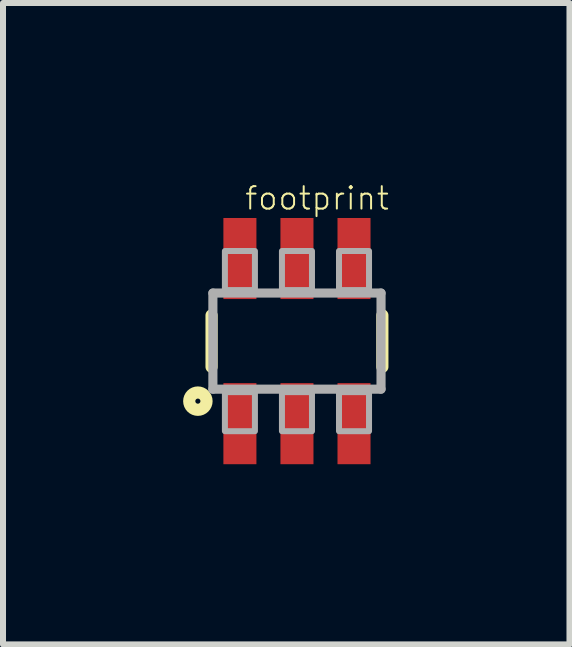
<source format=kicad_pcb>
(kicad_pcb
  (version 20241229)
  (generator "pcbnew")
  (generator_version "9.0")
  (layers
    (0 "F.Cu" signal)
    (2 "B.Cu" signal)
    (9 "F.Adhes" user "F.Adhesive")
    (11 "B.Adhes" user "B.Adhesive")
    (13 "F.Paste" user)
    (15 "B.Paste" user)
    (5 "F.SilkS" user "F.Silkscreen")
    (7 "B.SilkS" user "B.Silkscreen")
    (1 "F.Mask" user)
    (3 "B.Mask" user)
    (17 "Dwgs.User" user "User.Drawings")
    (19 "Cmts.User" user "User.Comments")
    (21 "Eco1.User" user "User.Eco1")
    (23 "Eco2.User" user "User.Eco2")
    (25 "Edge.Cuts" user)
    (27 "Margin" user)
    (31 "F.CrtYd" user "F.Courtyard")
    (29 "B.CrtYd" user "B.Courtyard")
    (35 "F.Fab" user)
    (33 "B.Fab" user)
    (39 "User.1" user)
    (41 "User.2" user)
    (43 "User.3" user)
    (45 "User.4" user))
  (footprint "footprint"
    (layer "F.Cu")
    (at 1.895 2.63)
    (property "Reference" "footprint" (at -0.889 -2.159 0) (layer "F.SilkS") (effects (font (size 0.374 0.374) (thickness 0.033)) (justify left bottom)))
    (fp_line (start -1.422 0.429) (end -1.422 -0.429) (stroke (width 0.203) (type solid)) (layer "F.SilkS"))
    (fp_line (start 1.422 -0.429) (end 1.422 0.429) (stroke (width 0.203) (type solid)) (layer "F.SilkS"))
    (fp_circle (center -1.65 1) (end -1.506 1) (stroke (width 0.203) (type solid)) (fill no) (layer "F.SilkS"))
    (fp_line (start -1.4 -0.8) (end -1.4 0.8) (stroke (width 0.152) (type solid)) (layer "F.Fab"))
    (fp_line (start -1.4 -0.8) (end 1.4 -0.8) (stroke (width 0.152) (type solid)) (layer "F.Fab"))
    (fp_line (start 1.4 -0.8) (end 1.4 0.8) (stroke (width 0.152) (type solid)) (layer "F.Fab"))
    (fp_line (start 1.4 0.8) (end -1.4 0.8) (stroke (width 0.152) (type solid)) (layer "F.Fab"))
    (fp_poly (pts (xy -1.2 -0.85) (xy -0.7 -0.85) (xy -0.7 -1.5) (xy -1.2 -1.5)) (stroke (width 0.1) (type solid)) (fill no) (layer "F.Fab"))
    (fp_poly (pts (xy -1.2 1.5) (xy -0.7 1.5) (xy -0.7 0.85) (xy -1.2 0.85)) (stroke (width 0.1) (type solid)) (fill no) (layer "F.Fab"))
    (fp_poly (pts (xy -0.25 -0.85) (xy 0.25 -0.85) (xy 0.25 -1.5) (xy -0.25 -1.5)) (stroke (width 0.1) (type solid)) (fill no) (layer "F.Fab"))
    (fp_poly (pts (xy -0.25 1.5) (xy 0.25 1.5) (xy 0.25 0.85) (xy -0.25 0.85)) (stroke (width 0.1) (type solid)) (fill no) (layer "F.Fab"))
    (fp_poly (pts (xy 0.7 -0.85) (xy 1.2 -0.85) (xy 1.2 -1.5) (xy 0.7 -1.5)) (stroke (width 0.1) (type solid)) (fill no) (layer "F.Fab"))
    (fp_poly (pts (xy 0.7 1.5) (xy 1.2 1.5) (xy 1.2 0.85) (xy 0.7 0.85)) (stroke (width 0.1) (type solid)) (fill no) (layer "F.Fab"))
    (pad "1" smd rect (at -0.95 1.375) (size 0.55 1.35) (layers "F.Cu" "F.Mask" "F.Paste"))
    (pad "2" smd rect (at 0 1.375) (size 0.55 1.35) (layers "F.Cu" "F.Mask" "F.Paste"))
    (pad "3" smd rect (at 0.95 1.375) (size 0.55 1.35) (layers "F.Cu" "F.Mask" "F.Paste"))
    (pad "4" smd rect (at 0.95 -1.375) (size 0.55 1.35) (layers "F.Cu" "F.Mask" "F.Paste"))
    (pad "5" smd rect (at 0 -1.375) (size 0.55 1.35) (layers "F.Cu" "F.Mask" "F.Paste"))
    (pad "6" smd rect (at -0.95 -1.375) (size 0.55 1.35) (layers "F.Cu" "F.Mask" "F.Paste")))
  (gr_rect
    (start -3 -3)
    (end 6.433 7.681)
    (stroke (width 0.1) (type default))
    (fill no)
    (layer "Edge.Cuts")))
</source>
